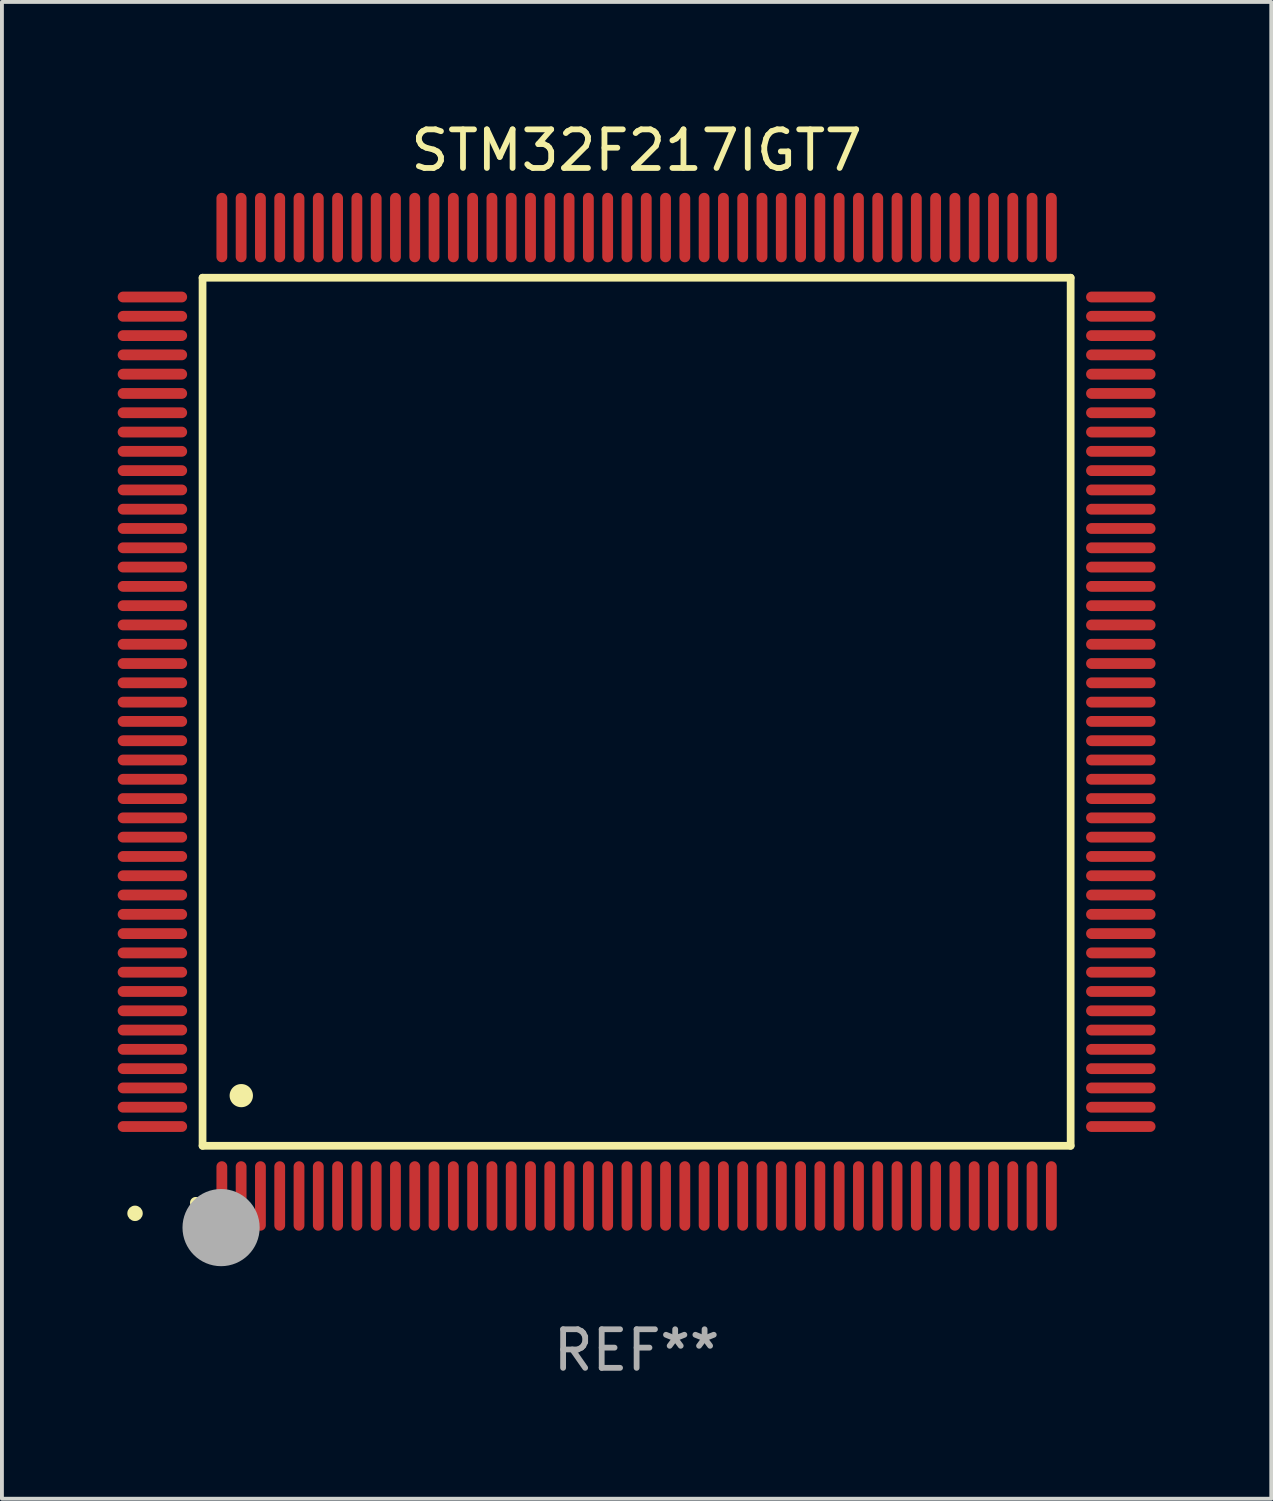
<source format=kicad_pcb>
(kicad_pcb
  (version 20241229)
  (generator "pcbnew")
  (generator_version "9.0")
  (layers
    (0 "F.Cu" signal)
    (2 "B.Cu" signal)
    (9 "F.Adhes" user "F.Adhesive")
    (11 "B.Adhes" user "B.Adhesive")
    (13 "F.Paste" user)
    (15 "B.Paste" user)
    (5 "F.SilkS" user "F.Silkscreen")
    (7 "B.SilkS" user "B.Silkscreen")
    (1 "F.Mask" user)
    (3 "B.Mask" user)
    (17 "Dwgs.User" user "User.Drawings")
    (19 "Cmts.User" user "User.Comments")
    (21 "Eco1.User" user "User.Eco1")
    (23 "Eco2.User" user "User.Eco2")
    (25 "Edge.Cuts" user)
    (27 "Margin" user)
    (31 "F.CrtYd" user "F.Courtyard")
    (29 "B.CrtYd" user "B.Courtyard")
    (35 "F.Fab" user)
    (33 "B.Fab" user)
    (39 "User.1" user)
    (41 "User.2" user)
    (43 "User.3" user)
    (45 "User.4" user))
  (footprint "STM32F217IGT7"
    (layer "F.Cu")
    (at 13.45 15.398)
    (property "Reference" "STM32F217IGT7" (at 0 -14.55 0) (layer "F.SilkS") (effects (font (size 1 1) (thickness 0.15))))
    (attr through_hole)
    (fp_line (start -11.25 -11.25) (end 11.25 -11.25) (stroke (width 0.2) (type solid)) (layer "F.SilkS"))
    (fp_line (start -11.25 11.25) (end -11.25 -11.25) (stroke (width 0.2) (type solid)) (layer "F.SilkS"))
    (fp_line (start 11.25 -11.25) (end 11.25 11.25) (stroke (width 0.2) (type solid)) (layer "F.SilkS"))
    (fp_line (start 11.25 11.25) (end -11.25 11.25) (stroke (width 0.2) (type solid)) (layer "F.SilkS"))
    (fp_arc (start -11.424943 12.725425) (mid -11.423673 12.72542) (end -11.422403 12.725425) (stroke (width 0.3) (type solid)) (layer "F.SilkS"))
    (fp_arc (start -10.24892 9.9492) (mid -10.24638 9.949189) (end -10.24384 9.9492) (stroke (width 0.6) (type solid)) (layer "F.SilkS"))
    (fp_circle (center -13 13) (end -12.9 13) (stroke (width 0.2) (type solid)) (fill no) (layer "F.SilkS"))
    (fp_circle (center -10.77 13.37) (end -10.27 13.37) (stroke (width 1) (type solid)) (fill no) (layer "F.Fab"))
    (fp_text user "REF**" (at 0 16.55 0) (layer "F.Fab") (effects (font (size 1 1) (thickness 0.15))))
    (pad "1" smd oval (at -10.75 12.55) (size 0.28 1.8) (layers "F.Cu" "F.Mask" "F.Paste"))
    (pad "2" smd oval (at -10.25 12.55) (size 0.28 1.8) (layers "F.Cu" "F.Mask" "F.Paste"))
    (pad "3" smd oval (at -9.75 12.55) (size 0.28 1.8) (layers "F.Cu" "F.Mask" "F.Paste"))
    (pad "4" smd oval (at -9.25 12.55) (size 0.28 1.8) (layers "F.Cu" "F.Mask" "F.Paste"))
    (pad "5" smd oval (at -8.75 12.55) (size 0.28 1.8) (layers "F.Cu" "F.Mask" "F.Paste"))
    (pad "6" smd oval (at -8.25 12.55) (size 0.28 1.8) (layers "F.Cu" "F.Mask" "F.Paste"))
    (pad "7" smd oval (at -7.75 12.55) (size 0.28 1.8) (layers "F.Cu" "F.Mask" "F.Paste"))
    (pad "8" smd oval (at -7.25 12.55) (size 0.28 1.8) (layers "F.Cu" "F.Mask" "F.Paste"))
    (pad "9" smd oval (at -6.75 12.55) (size 0.28 1.8) (layers "F.Cu" "F.Mask" "F.Paste"))
    (pad "10" smd oval (at -6.25 12.55) (size 0.28 1.8) (layers "F.Cu" "F.Mask" "F.Paste"))
    (pad "11" smd oval (at -5.75 12.55) (size 0.28 1.8) (layers "F.Cu" "F.Mask" "F.Paste"))
    (pad "12" smd oval (at -5.25 12.55) (size 0.28 1.8) (layers "F.Cu" "F.Mask" "F.Paste"))
    (pad "13" smd oval (at -4.75 12.55) (size 0.28 1.8) (layers "F.Cu" "F.Mask" "F.Paste"))
    (pad "14" smd oval (at -4.25 12.55) (size 0.28 1.8) (layers "F.Cu" "F.Mask" "F.Paste"))
    (pad "15" smd oval (at -3.75 12.55) (size 0.28 1.8) (layers "F.Cu" "F.Mask" "F.Paste"))
    (pad "16" smd oval (at -3.25 12.55) (size 0.28 1.8) (layers "F.Cu" "F.Mask" "F.Paste"))
    (pad "17" smd oval (at -2.75 12.55) (size 0.28 1.8) (layers "F.Cu" "F.Mask" "F.Paste"))
    (pad "18" smd oval (at -2.25 12.55) (size 0.28 1.8) (layers "F.Cu" "F.Mask" "F.Paste"))
    (pad "19" smd oval (at -1.75 12.55) (size 0.28 1.8) (layers "F.Cu" "F.Mask" "F.Paste"))
    (pad "20" smd oval (at -1.25 12.55) (size 0.28 1.8) (layers "F.Cu" "F.Mask" "F.Paste"))
    (pad "21" smd oval (at -0.75 12.55) (size 0.28 1.8) (layers "F.Cu" "F.Mask" "F.Paste"))
    (pad "22" smd oval (at -0.25 12.55) (size 0.28 1.8) (layers "F.Cu" "F.Mask" "F.Paste"))
    (pad "23" smd oval (at 0.25 12.55) (size 0.28 1.8) (layers "F.Cu" "F.Mask" "F.Paste"))
    (pad "24" smd oval (at 0.75 12.55) (size 0.28 1.8) (layers "F.Cu" "F.Mask" "F.Paste"))
    (pad "25" smd oval (at 1.25 12.55) (size 0.28 1.8) (layers "F.Cu" "F.Mask" "F.Paste"))
    (pad "26" smd oval (at 1.75 12.55) (size 0.28 1.8) (layers "F.Cu" "F.Mask" "F.Paste"))
    (pad "27" smd oval (at 2.25 12.55) (size 0.28 1.8) (layers "F.Cu" "F.Mask" "F.Paste"))
    (pad "28" smd oval (at 2.75 12.55) (size 0.28 1.8) (layers "F.Cu" "F.Mask" "F.Paste"))
    (pad "29" smd oval (at 3.25 12.55) (size 0.28 1.8) (layers "F.Cu" "F.Mask" "F.Paste"))
    (pad "30" smd oval (at 3.75 12.55) (size 0.28 1.8) (layers "F.Cu" "F.Mask" "F.Paste"))
    (pad "31" smd oval (at 4.25 12.55) (size 0.28 1.8) (layers "F.Cu" "F.Mask" "F.Paste"))
    (pad "32" smd oval (at 4.75 12.55) (size 0.28 1.8) (layers "F.Cu" "F.Mask" "F.Paste"))
    (pad "33" smd oval (at 5.25 12.55) (size 0.28 1.8) (layers "F.Cu" "F.Mask" "F.Paste"))
    (pad "34" smd oval (at 5.75 12.55) (size 0.28 1.8) (layers "F.Cu" "F.Mask" "F.Paste"))
    (pad "35" smd oval (at 6.25 12.55) (size 0.28 1.8) (layers "F.Cu" "F.Mask" "F.Paste"))
    (pad "36" smd oval (at 6.75 12.55) (size 0.28 1.8) (layers "F.Cu" "F.Mask" "F.Paste"))
    (pad "37" smd oval (at 7.25 12.55) (size 0.28 1.8) (layers "F.Cu" "F.Mask" "F.Paste"))
    (pad "38" smd oval (at 7.75 12.55) (size 0.28 1.8) (layers "F.Cu" "F.Mask" "F.Paste"))
    (pad "39" smd oval (at 8.25 12.55) (size 0.28 1.8) (layers "F.Cu" "F.Mask" "F.Paste"))
    (pad "40" smd oval (at 8.75 12.55) (size 0.28 1.8) (layers "F.Cu" "F.Mask" "F.Paste"))
    (pad "41" smd oval (at 9.25 12.55) (size 0.28 1.8) (layers "F.Cu" "F.Mask" "F.Paste"))
    (pad "42" smd oval (at 9.75 12.55) (size 0.28 1.8) (layers "F.Cu" "F.Mask" "F.Paste"))
    (pad "43" smd oval (at 10.25 12.55) (size 0.28 1.8) (layers "F.Cu" "F.Mask" "F.Paste"))
    (pad "44" smd oval (at 10.75 12.55) (size 0.28 1.8) (layers "F.Cu" "F.Mask" "F.Paste"))
    (pad "45" smd oval (at 12.55 10.75) (size 1.8 0.28) (layers "F.Cu" "F.Mask" "F.Paste"))
    (pad "46" smd oval (at 12.55 10.25) (size 1.8 0.28) (layers "F.Cu" "F.Mask" "F.Paste"))
    (pad "47" smd oval (at 12.55 9.75) (size 1.8 0.28) (layers "F.Cu" "F.Mask" "F.Paste"))
    (pad "48" smd oval (at 12.55 9.25) (size 1.8 0.28) (layers "F.Cu" "F.Mask" "F.Paste"))
    (pad "49" smd oval (at 12.55 8.75) (size 1.8 0.28) (layers "F.Cu" "F.Mask" "F.Paste"))
    (pad "50" smd oval (at 12.55 8.25) (size 1.8 0.28) (layers "F.Cu" "F.Mask" "F.Paste"))
    (pad "51" smd oval (at 12.55 7.75) (size 1.8 0.28) (layers "F.Cu" "F.Mask" "F.Paste"))
    (pad "52" smd oval (at 12.55 7.25) (size 1.8 0.28) (layers "F.Cu" "F.Mask" "F.Paste"))
    (pad "53" smd oval (at 12.55 6.75) (size 1.8 0.28) (layers "F.Cu" "F.Mask" "F.Paste"))
    (pad "54" smd oval (at 12.55 6.25) (size 1.8 0.28) (layers "F.Cu" "F.Mask" "F.Paste"))
    (pad "55" smd oval (at 12.55 5.75) (size 1.8 0.28) (layers "F.Cu" "F.Mask" "F.Paste"))
    (pad "56" smd oval (at 12.55 5.25) (size 1.8 0.28) (layers "F.Cu" "F.Mask" "F.Paste"))
    (pad "57" smd oval (at 12.55 4.75) (size 1.8 0.28) (layers "F.Cu" "F.Mask" "F.Paste"))
    (pad "58" smd oval (at 12.55 4.25) (size 1.8 0.28) (layers "F.Cu" "F.Mask" "F.Paste"))
    (pad "59" smd oval (at 12.55 3.75) (size 1.8 0.28) (layers "F.Cu" "F.Mask" "F.Paste"))
    (pad "60" smd oval (at 12.55 3.25) (size 1.8 0.28) (layers "F.Cu" "F.Mask" "F.Paste"))
    (pad "61" smd oval (at 12.55 2.75) (size 1.8 0.28) (layers "F.Cu" "F.Mask" "F.Paste"))
    (pad "62" smd oval (at 12.55 2.25) (size 1.8 0.28) (layers "F.Cu" "F.Mask" "F.Paste"))
    (pad "63" smd oval (at 12.55 1.75) (size 1.8 0.28) (layers "F.Cu" "F.Mask" "F.Paste"))
    (pad "64" smd oval (at 12.55 1.25) (size 1.8 0.28) (layers "F.Cu" "F.Mask" "F.Paste"))
    (pad "65" smd oval (at 12.55 0.75) (size 1.8 0.28) (layers "F.Cu" "F.Mask" "F.Paste"))
    (pad "66" smd oval (at 12.55 0.25) (size 1.8 0.28) (layers "F.Cu" "F.Mask" "F.Paste"))
    (pad "67" smd oval (at 12.55 -0.25) (size 1.8 0.28) (layers "F.Cu" "F.Mask" "F.Paste"))
    (pad "68" smd oval (at 12.55 -0.75) (size 1.8 0.28) (layers "F.Cu" "F.Mask" "F.Paste"))
    (pad "69" smd oval (at 12.55 -1.25) (size 1.8 0.28) (layers "F.Cu" "F.Mask" "F.Paste"))
    (pad "70" smd oval (at 12.55 -1.75) (size 1.8 0.28) (layers "F.Cu" "F.Mask" "F.Paste"))
    (pad "71" smd oval (at 12.55 -2.25) (size 1.8 0.28) (layers "F.Cu" "F.Mask" "F.Paste"))
    (pad "72" smd oval (at 12.55 -2.75) (size 1.8 0.28) (layers "F.Cu" "F.Mask" "F.Paste"))
    (pad "73" smd oval (at 12.55 -3.25) (size 1.8 0.28) (layers "F.Cu" "F.Mask" "F.Paste"))
    (pad "74" smd oval (at 12.55 -3.75) (size 1.8 0.28) (layers "F.Cu" "F.Mask" "F.Paste"))
    (pad "75" smd oval (at 12.55 -4.25) (size 1.8 0.28) (layers "F.Cu" "F.Mask" "F.Paste"))
    (pad "76" smd oval (at 12.55 -4.75) (size 1.8 0.28) (layers "F.Cu" "F.Mask" "F.Paste"))
    (pad "77" smd oval (at 12.55 -5.25) (size 1.8 0.28) (layers "F.Cu" "F.Mask" "F.Paste"))
    (pad "78" smd oval (at 12.55 -5.75) (size 1.8 0.28) (layers "F.Cu" "F.Mask" "F.Paste"))
    (pad "79" smd oval (at 12.55 -6.25) (size 1.8 0.28) (layers "F.Cu" "F.Mask" "F.Paste"))
    (pad "80" smd oval (at 12.55 -6.75) (size 1.8 0.28) (layers "F.Cu" "F.Mask" "F.Paste"))
    (pad "81" smd oval (at 12.55 -7.25) (size 1.8 0.28) (layers "F.Cu" "F.Mask" "F.Paste"))
    (pad "82" smd oval (at 12.55 -7.75) (size 1.8 0.28) (layers "F.Cu" "F.Mask" "F.Paste"))
    (pad "83" smd oval (at 12.55 -8.25) (size 1.8 0.28) (layers "F.Cu" "F.Mask" "F.Paste"))
    (pad "84" smd oval (at 12.55 -8.75) (size 1.8 0.28) (layers "F.Cu" "F.Mask" "F.Paste"))
    (pad "85" smd oval (at 12.55 -9.25) (size 1.8 0.28) (layers "F.Cu" "F.Mask" "F.Paste"))
    (pad "86" smd oval (at 12.55 -9.75) (size 1.8 0.28) (layers "F.Cu" "F.Mask" "F.Paste"))
    (pad "87" smd oval (at 12.55 -10.25) (size 1.8 0.28) (layers "F.Cu" "F.Mask" "F.Paste"))
    (pad "88" smd oval (at 12.55 -10.75) (size 1.8 0.28) (layers "F.Cu" "F.Mask" "F.Paste"))
    (pad "89" smd oval (at 10.75 -12.55) (size 0.28 1.8) (layers "F.Cu" "F.Mask" "F.Paste"))
    (pad "90" smd oval (at 10.25 -12.55) (size 0.28 1.8) (layers "F.Cu" "F.Mask" "F.Paste"))
    (pad "91" smd oval (at 9.75 -12.55) (size 0.28 1.8) (layers "F.Cu" "F.Mask" "F.Paste"))
    (pad "92" smd oval (at 9.25 -12.55) (size 0.28 1.8) (layers "F.Cu" "F.Mask" "F.Paste"))
    (pad "93" smd oval (at 8.75 -12.55) (size 0.28 1.8) (layers "F.Cu" "F.Mask" "F.Paste"))
    (pad "94" smd oval (at 8.25 -12.55) (size 0.28 1.8) (layers "F.Cu" "F.Mask" "F.Paste"))
    (pad "95" smd oval (at 7.75 -12.55) (size 0.28 1.8) (layers "F.Cu" "F.Mask" "F.Paste"))
    (pad "96" smd oval (at 7.25 -12.55) (size 0.28 1.8) (layers "F.Cu" "F.Mask" "F.Paste"))
    (pad "97" smd oval (at 6.75 -12.55) (size 0.28 1.8) (layers "F.Cu" "F.Mask" "F.Paste"))
    (pad "98" smd oval (at 6.25 -12.55) (size 0.28 1.8) (layers "F.Cu" "F.Mask" "F.Paste"))
    (pad "99" smd oval (at 5.75 -12.55) (size 0.28 1.8) (layers "F.Cu" "F.Mask" "F.Paste"))
    (pad "100" smd oval (at 5.25 -12.55) (size 0.28 1.8) (layers "F.Cu" "F.Mask" "F.Paste"))
    (pad "101" smd oval (at 4.75 -12.55) (size 0.28 1.8) (layers "F.Cu" "F.Mask" "F.Paste"))
    (pad "102" smd oval (at 4.25 -12.55) (size 0.28 1.8) (layers "F.Cu" "F.Mask" "F.Paste"))
    (pad "103" smd oval (at 3.75 -12.55) (size 0.28 1.8) (layers "F.Cu" "F.Mask" "F.Paste"))
    (pad "104" smd oval (at 3.25 -12.55) (size 0.28 1.8) (layers "F.Cu" "F.Mask" "F.Paste"))
    (pad "105" smd oval (at 2.75 -12.55) (size 0.28 1.8) (layers "F.Cu" "F.Mask" "F.Paste"))
    (pad "106" smd oval (at 2.25 -12.55) (size 0.28 1.8) (layers "F.Cu" "F.Mask" "F.Paste"))
    (pad "107" smd oval (at 1.75 -12.55) (size 0.28 1.8) (layers "F.Cu" "F.Mask" "F.Paste"))
    (pad "108" smd oval (at 1.25 -12.55) (size 0.28 1.8) (layers "F.Cu" "F.Mask" "F.Paste"))
    (pad "109" smd oval (at 0.75 -12.55) (size 0.28 1.8) (layers "F.Cu" "F.Mask" "F.Paste"))
    (pad "110" smd oval (at 0.25 -12.55) (size 0.28 1.8) (layers "F.Cu" "F.Mask" "F.Paste"))
    (pad "111" smd oval (at -0.25 -12.55) (size 0.28 1.8) (layers "F.Cu" "F.Mask" "F.Paste"))
    (pad "112" smd oval (at -0.75 -12.55) (size 0.28 1.8) (layers "F.Cu" "F.Mask" "F.Paste"))
    (pad "113" smd oval (at -1.25 -12.55) (size 0.28 1.8) (layers "F.Cu" "F.Mask" "F.Paste"))
    (pad "114" smd oval (at -1.75 -12.55) (size 0.28 1.8) (layers "F.Cu" "F.Mask" "F.Paste"))
    (pad "115" smd oval (at -2.25 -12.55) (size 0.28 1.8) (layers "F.Cu" "F.Mask" "F.Paste"))
    (pad "116" smd oval (at -2.75 -12.55) (size 0.28 1.8) (layers "F.Cu" "F.Mask" "F.Paste"))
    (pad "117" smd oval (at -3.25 -12.55) (size 0.28 1.8) (layers "F.Cu" "F.Mask" "F.Paste"))
    (pad "118" smd oval (at -3.75 -12.55) (size 0.28 1.8) (layers "F.Cu" "F.Mask" "F.Paste"))
    (pad "119" smd oval (at -4.25 -12.55) (size 0.28 1.8) (layers "F.Cu" "F.Mask" "F.Paste"))
    (pad "120" smd oval (at -4.75 -12.55) (size 0.28 1.8) (layers "F.Cu" "F.Mask" "F.Paste"))
    (pad "121" smd oval (at -5.25 -12.55) (size 0.28 1.8) (layers "F.Cu" "F.Mask" "F.Paste"))
    (pad "122" smd oval (at -5.75 -12.55) (size 0.28 1.8) (layers "F.Cu" "F.Mask" "F.Paste"))
    (pad "123" smd oval (at -6.25 -12.55) (size 0.28 1.8) (layers "F.Cu" "F.Mask" "F.Paste"))
    (pad "124" smd oval (at -6.75 -12.55) (size 0.28 1.8) (layers "F.Cu" "F.Mask" "F.Paste"))
    (pad "125" smd oval (at -7.25 -12.55) (size 0.28 1.8) (layers "F.Cu" "F.Mask" "F.Paste"))
    (pad "126" smd oval (at -7.75 -12.55) (size 0.28 1.8) (layers "F.Cu" "F.Mask" "F.Paste"))
    (pad "127" smd oval (at -8.25 -12.55) (size 0.28 1.8) (layers "F.Cu" "F.Mask" "F.Paste"))
    (pad "128" smd oval (at -8.75 -12.55) (size 0.28 1.8) (layers "F.Cu" "F.Mask" "F.Paste"))
    (pad "129" smd oval (at -9.25 -12.55) (size 0.28 1.8) (layers "F.Cu" "F.Mask" "F.Paste"))
    (pad "130" smd oval (at -9.75 -12.55) (size 0.28 1.8) (layers "F.Cu" "F.Mask" "F.Paste"))
    (pad "131" smd oval (at -10.25 -12.55) (size 0.28 1.8) (layers "F.Cu" "F.Mask" "F.Paste"))
    (pad "132" smd oval (at -10.75 -12.55) (size 0.28 1.8) (layers "F.Cu" "F.Mask" "F.Paste"))
    (pad "133" smd oval (at -12.55 -10.75) (size 1.8 0.28) (layers "F.Cu" "F.Mask" "F.Paste"))
    (pad "134" smd oval (at -12.55 -10.25) (size 1.8 0.28) (layers "F.Cu" "F.Mask" "F.Paste"))
    (pad "135" smd oval (at -12.55 -9.75) (size 1.8 0.28) (layers "F.Cu" "F.Mask" "F.Paste"))
    (pad "136" smd oval (at -12.55 -9.25) (size 1.8 0.28) (layers "F.Cu" "F.Mask" "F.Paste"))
    (pad "137" smd oval (at -12.55 -8.75) (size 1.8 0.28) (layers "F.Cu" "F.Mask" "F.Paste"))
    (pad "138" smd oval (at -12.55 -8.25) (size 1.8 0.28) (layers "F.Cu" "F.Mask" "F.Paste"))
    (pad "139" smd oval (at -12.55 -7.75) (size 1.8 0.28) (layers "F.Cu" "F.Mask" "F.Paste"))
    (pad "140" smd oval (at -12.55 -7.25) (size 1.8 0.28) (layers "F.Cu" "F.Mask" "F.Paste"))
    (pad "141" smd oval (at -12.55 -6.75) (size 1.8 0.28) (layers "F.Cu" "F.Mask" "F.Paste"))
    (pad "142" smd oval (at -12.55 -6.25) (size 1.8 0.28) (layers "F.Cu" "F.Mask" "F.Paste"))
    (pad "143" smd oval (at -12.55 -5.75) (size 1.8 0.28) (layers "F.Cu" "F.Mask" "F.Paste"))
    (pad "144" smd oval (at -12.55 -5.25) (size 1.8 0.28) (layers "F.Cu" "F.Mask" "F.Paste"))
    (pad "145" smd oval (at -12.55 -4.75) (size 1.8 0.28) (layers "F.Cu" "F.Mask" "F.Paste"))
    (pad "146" smd oval (at -12.55 -4.25) (size 1.8 0.28) (layers "F.Cu" "F.Mask" "F.Paste"))
    (pad "147" smd oval (at -12.55 -3.75) (size 1.8 0.28) (layers "F.Cu" "F.Mask" "F.Paste"))
    (pad "148" smd oval (at -12.55 -3.25) (size 1.8 0.28) (layers "F.Cu" "F.Mask" "F.Paste"))
    (pad "149" smd oval (at -12.55 -2.75) (size 1.8 0.28) (layers "F.Cu" "F.Mask" "F.Paste"))
    (pad "150" smd oval (at -12.55 -2.25) (size 1.8 0.28) (layers "F.Cu" "F.Mask" "F.Paste"))
    (pad "151" smd oval (at -12.55 -1.75) (size 1.8 0.28) (layers "F.Cu" "F.Mask" "F.Paste"))
    (pad "152" smd oval (at -12.55 -1.25) (size 1.8 0.28) (layers "F.Cu" "F.Mask" "F.Paste"))
    (pad "153" smd oval (at -12.55 -0.75) (size 1.8 0.28) (layers "F.Cu" "F.Mask" "F.Paste"))
    (pad "154" smd oval (at -12.55 -0.25) (size 1.8 0.28) (layers "F.Cu" "F.Mask" "F.Paste"))
    (pad "155" smd oval (at -12.55 0.25) (size 1.8 0.28) (layers "F.Cu" "F.Mask" "F.Paste"))
    (pad "156" smd oval (at -12.55 0.75) (size 1.8 0.28) (layers "F.Cu" "F.Mask" "F.Paste"))
    (pad "157" smd oval (at -12.55 1.25) (size 1.8 0.28) (layers "F.Cu" "F.Mask" "F.Paste"))
    (pad "158" smd oval (at -12.55 1.75) (size 1.8 0.28) (layers "F.Cu" "F.Mask" "F.Paste"))
    (pad "159" smd oval (at -12.55 2.25) (size 1.8 0.28) (layers "F.Cu" "F.Mask" "F.Paste"))
    (pad "160" smd oval (at -12.55 2.75) (size 1.8 0.28) (layers "F.Cu" "F.Mask" "F.Paste"))
    (pad "161" smd oval (at -12.55 3.25) (size 1.8 0.28) (layers "F.Cu" "F.Mask" "F.Paste"))
    (pad "162" smd oval (at -12.55 3.75) (size 1.8 0.28) (layers "F.Cu" "F.Mask" "F.Paste"))
    (pad "163" smd oval (at -12.55 4.25) (size 1.8 0.28) (layers "F.Cu" "F.Mask" "F.Paste"))
    (pad "164" smd oval (at -12.55 4.75) (size 1.8 0.28) (layers "F.Cu" "F.Mask" "F.Paste"))
    (pad "165" smd oval (at -12.55 5.25) (size 1.8 0.28) (layers "F.Cu" "F.Mask" "F.Paste"))
    (pad "166" smd oval (at -12.55 5.75) (size 1.8 0.28) (layers "F.Cu" "F.Mask" "F.Paste"))
    (pad "167" smd oval (at -12.55 6.25) (size 1.8 0.28) (layers "F.Cu" "F.Mask" "F.Paste"))
    (pad "168" smd oval (at -12.55 6.75) (size 1.8 0.28) (layers "F.Cu" "F.Mask" "F.Paste"))
    (pad "169" smd oval (at -12.55 7.25) (size 1.8 0.28) (layers "F.Cu" "F.Mask" "F.Paste"))
    (pad "170" smd oval (at -12.55 7.75) (size 1.8 0.28) (layers "F.Cu" "F.Mask" "F.Paste"))
    (pad "171" smd oval (at -12.55 8.25) (size 1.8 0.28) (layers "F.Cu" "F.Mask" "F.Paste"))
    (pad "172" smd oval (at -12.55 8.75) (size 1.8 0.28) (layers "F.Cu" "F.Mask" "F.Paste"))
    (pad "173" smd oval (at -12.55 9.25) (size 1.8 0.28) (layers "F.Cu" "F.Mask" "F.Paste"))
    (pad "174" smd oval (at -12.55 9.75) (size 1.8 0.28) (layers "F.Cu" "F.Mask" "F.Paste"))
    (pad "175" smd oval (at -12.55 10.25) (size 1.8 0.28) (layers "F.Cu" "F.Mask" "F.Paste"))
    (pad "176" smd oval (at -12.55 10.75) (size 1.8 0.28) (layers "F.Cu" "F.Mask" "F.Paste")))
  (gr_rect
    (start -3 -3)
    (end 29.9 35.796)
    (stroke (width 0.1) (type default))
    (fill no)
    (layer "Edge.Cuts")))
</source>
